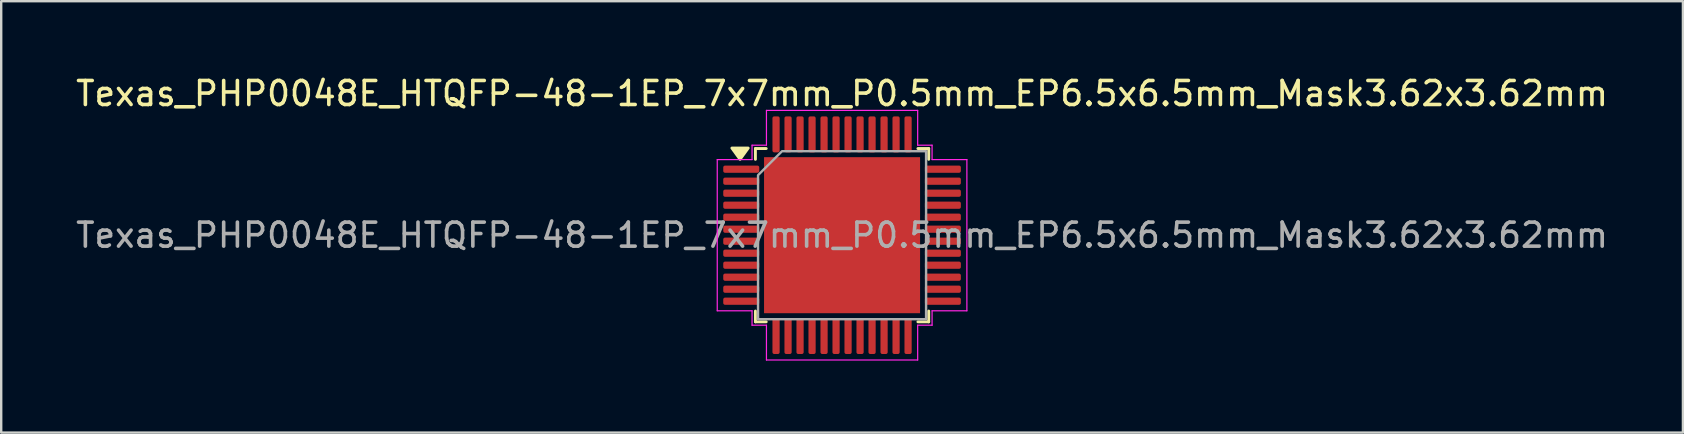
<source format=kicad_pcb>
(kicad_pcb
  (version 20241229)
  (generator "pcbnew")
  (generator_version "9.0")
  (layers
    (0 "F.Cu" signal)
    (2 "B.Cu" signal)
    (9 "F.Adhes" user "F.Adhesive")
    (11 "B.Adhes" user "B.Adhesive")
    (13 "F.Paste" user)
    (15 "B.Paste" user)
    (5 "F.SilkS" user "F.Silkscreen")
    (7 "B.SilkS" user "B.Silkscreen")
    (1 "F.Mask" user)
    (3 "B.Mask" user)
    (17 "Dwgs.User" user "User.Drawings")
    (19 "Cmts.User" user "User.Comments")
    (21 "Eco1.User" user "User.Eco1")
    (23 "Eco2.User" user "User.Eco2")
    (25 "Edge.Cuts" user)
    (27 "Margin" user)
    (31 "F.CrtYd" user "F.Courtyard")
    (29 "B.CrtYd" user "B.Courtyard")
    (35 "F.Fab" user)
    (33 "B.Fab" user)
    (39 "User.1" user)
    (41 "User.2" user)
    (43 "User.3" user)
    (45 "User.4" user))
  (footprint "Texas_PHP0048E_HTQFP-48-1EP_7x7mm_P0.5mm_EP6.5x6.5mm_Mask3.62x3.62mm"
    (layer "F.Cu")
    (at 32.03 6.748)
    (property "Reference" "Texas_PHP0048E_HTQFP-48-1EP_7x7mm_P0.5mm_EP6.5x6.5mm_Mask3.62x3.62mm" (at 0 -5.9 0) (layer "F.SilkS") (effects (font (size 1 1) (thickness 0.15))))
    (attr smd)
    (fp_line (start -3.61 -3.61) (end -3.16 -3.61) (stroke (width 0.12) (type solid)) (layer "F.SilkS"))
    (fp_line (start -3.61 -3.16) (end -3.61 -3.61) (stroke (width 0.12) (type solid)) (layer "F.SilkS"))
    (fp_line (start -3.61 3.61) (end -3.61 3.16) (stroke (width 0.12) (type solid)) (layer "F.SilkS"))
    (fp_line (start -3.16 3.61) (end -3.61 3.61) (stroke (width 0.12) (type solid)) (layer "F.SilkS"))
    (fp_line (start 3.16 -3.61) (end 3.61 -3.61) (stroke (width 0.12) (type solid)) (layer "F.SilkS"))
    (fp_line (start 3.61 -3.61) (end 3.61 -3.16) (stroke (width 0.12) (type solid)) (layer "F.SilkS"))
    (fp_line (start 3.61 3.16) (end 3.61 3.61) (stroke (width 0.12) (type solid)) (layer "F.SilkS"))
    (fp_line (start 3.61 3.61) (end 3.16 3.61) (stroke (width 0.12) (type solid)) (layer "F.SilkS"))
    (fp_poly (pts (xy -4.25 -3.16) (xy -4.59 -3.63) (xy -3.91 -3.63)) (stroke (width 0.12) (type solid)) (fill yes) (layer "F.SilkS"))
    (fp_line (start -5.2 -3.15) (end -3.75 -3.15) (stroke (width 0.05) (type solid)) (layer "F.CrtYd"))
    (fp_line (start -5.2 3.15) (end -5.2 -3.15) (stroke (width 0.05) (type solid)) (layer "F.CrtYd"))
    (fp_line (start -3.75 -3.75) (end -3.15 -3.75) (stroke (width 0.05) (type solid)) (layer "F.CrtYd"))
    (fp_line (start -3.75 -3.15) (end -3.75 -3.75) (stroke (width 0.05) (type solid)) (layer "F.CrtYd"))
    (fp_line (start -3.75 3.15) (end -5.2 3.15) (stroke (width 0.05) (type solid)) (layer "F.CrtYd"))
    (fp_line (start -3.75 3.75) (end -3.75 3.15) (stroke (width 0.05) (type solid)) (layer "F.CrtYd"))
    (fp_line (start -3.15 -5.2) (end 3.15 -5.2) (stroke (width 0.05) (type solid)) (layer "F.CrtYd"))
    (fp_line (start -3.15 -3.75) (end -3.15 -5.2) (stroke (width 0.05) (type solid)) (layer "F.CrtYd"))
    (fp_line (start -3.15 3.75) (end -3.75 3.75) (stroke (width 0.05) (type solid)) (layer "F.CrtYd"))
    (fp_line (start -3.15 5.2) (end -3.15 3.75) (stroke (width 0.05) (type solid)) (layer "F.CrtYd"))
    (fp_line (start 3.15 -5.2) (end 3.15 -3.75) (stroke (width 0.05) (type solid)) (layer "F.CrtYd"))
    (fp_line (start 3.15 -3.75) (end 3.75 -3.75) (stroke (width 0.05) (type solid)) (layer "F.CrtYd"))
    (fp_line (start 3.15 3.75) (end 3.15 5.2) (stroke (width 0.05) (type solid)) (layer "F.CrtYd"))
    (fp_line (start 3.15 5.2) (end -3.15 5.2) (stroke (width 0.05) (type solid)) (layer "F.CrtYd"))
    (fp_line (start 3.75 -3.75) (end 3.75 -3.15) (stroke (width 0.05) (type solid)) (layer "F.CrtYd"))
    (fp_line (start 3.75 -3.15) (end 5.2 -3.15) (stroke (width 0.05) (type solid)) (layer "F.CrtYd"))
    (fp_line (start 3.75 3.15) (end 3.75 3.75) (stroke (width 0.05) (type solid)) (layer "F.CrtYd"))
    (fp_line (start 3.75 3.75) (end 3.15 3.75) (stroke (width 0.05) (type solid)) (layer "F.CrtYd"))
    (fp_line (start 5.2 -3.15) (end 5.2 3.15) (stroke (width 0.05) (type solid)) (layer "F.CrtYd"))
    (fp_line (start 5.2 3.15) (end 3.75 3.15) (stroke (width 0.05) (type solid)) (layer "F.CrtYd"))
    (fp_poly (pts (xy -3.5 -2.5) (xy -3.5 3.5) (xy 3.5 3.5) (xy 3.5 -3.5) (xy -2.5 -3.5)) (stroke (width 0.1) (type solid)) (fill no) (layer "F.Fab"))
    (fp_text user "${REFERENCE}" (at 0 0 0) (layer "F.Fab") (effects (font (size 1 1) (thickness 0.15))))
    (pad "" smd rect (at 0 0) (size 3.62 3.62) (layers "F.Mask"))
    (pad "" smd roundrect (at 0 0) (size 3.62 3.62) (layers "F.Paste") (roundrect_rratio 0.069))
    (pad "1" smd roundrect (at -4.2 -2.75) (size 1.5 0.3) (layers "F.Cu" "F.Mask" "F.Paste") (roundrect_rratio 0.25))
    (pad "2" smd roundrect (at -4.2 -2.25) (size 1.5 0.3) (layers "F.Cu" "F.Mask" "F.Paste") (roundrect_rratio 0.25))
    (pad "3" smd roundrect (at -4.2 -1.75) (size 1.5 0.3) (layers "F.Cu" "F.Mask" "F.Paste") (roundrect_rratio 0.25))
    (pad "4" smd roundrect (at -4.2 -1.25) (size 1.5 0.3) (layers "F.Cu" "F.Mask" "F.Paste") (roundrect_rratio 0.25))
    (pad "5" smd roundrect (at -4.2 -0.75) (size 1.5 0.3) (layers "F.Cu" "F.Mask" "F.Paste") (roundrect_rratio 0.25))
    (pad "6" smd roundrect (at -4.2 -0.25) (size 1.5 0.3) (layers "F.Cu" "F.Mask" "F.Paste") (roundrect_rratio 0.25))
    (pad "7" smd roundrect (at -4.2 0.25) (size 1.5 0.3) (layers "F.Cu" "F.Mask" "F.Paste") (roundrect_rratio 0.25))
    (pad "8" smd roundrect (at -4.2 0.75) (size 1.5 0.3) (layers "F.Cu" "F.Mask" "F.Paste") (roundrect_rratio 0.25))
    (pad "9" smd roundrect (at -4.2 1.25) (size 1.5 0.3) (layers "F.Cu" "F.Mask" "F.Paste") (roundrect_rratio 0.25))
    (pad "10" smd roundrect (at -4.2 1.75) (size 1.5 0.3) (layers "F.Cu" "F.Mask" "F.Paste") (roundrect_rratio 0.25))
    (pad "11" smd roundrect (at -4.2 2.25) (size 1.5 0.3) (layers "F.Cu" "F.Mask" "F.Paste") (roundrect_rratio 0.25))
    (pad "12" smd roundrect (at -4.2 2.75) (size 1.5 0.3) (layers "F.Cu" "F.Mask" "F.Paste") (roundrect_rratio 0.25))
    (pad "13" smd roundrect (at -2.75 4.2) (size 0.3 1.5) (layers "F.Cu" "F.Mask" "F.Paste") (roundrect_rratio 0.25))
    (pad "14" smd roundrect (at -2.25 4.2) (size 0.3 1.5) (layers "F.Cu" "F.Mask" "F.Paste") (roundrect_rratio 0.25))
    (pad "15" smd roundrect (at -1.75 4.2) (size 0.3 1.5) (layers "F.Cu" "F.Mask" "F.Paste") (roundrect_rratio 0.25))
    (pad "16" smd roundrect (at -1.25 4.2) (size 0.3 1.5) (layers "F.Cu" "F.Mask" "F.Paste") (roundrect_rratio 0.25))
    (pad "17" smd roundrect (at -0.75 4.2) (size 0.3 1.5) (layers "F.Cu" "F.Mask" "F.Paste") (roundrect_rratio 0.25))
    (pad "18" smd roundrect (at -0.25 4.2) (size 0.3 1.5) (layers "F.Cu" "F.Mask" "F.Paste") (roundrect_rratio 0.25))
    (pad "19" smd roundrect (at 0.25 4.2) (size 0.3 1.5) (layers "F.Cu" "F.Mask" "F.Paste") (roundrect_rratio 0.25))
    (pad "20" smd roundrect (at 0.75 4.2) (size 0.3 1.5) (layers "F.Cu" "F.Mask" "F.Paste") (roundrect_rratio 0.25))
    (pad "21" smd roundrect (at 1.25 4.2) (size 0.3 1.5) (layers "F.Cu" "F.Mask" "F.Paste") (roundrect_rratio 0.25))
    (pad "22" smd roundrect (at 1.75 4.2) (size 0.3 1.5) (layers "F.Cu" "F.Mask" "F.Paste") (roundrect_rratio 0.25))
    (pad "23" smd roundrect (at 2.25 4.2) (size 0.3 1.5) (layers "F.Cu" "F.Mask" "F.Paste") (roundrect_rratio 0.25))
    (pad "24" smd roundrect (at 2.75 4.2) (size 0.3 1.5) (layers "F.Cu" "F.Mask" "F.Paste") (roundrect_rratio 0.25))
    (pad "25" smd roundrect (at 4.2 2.75) (size 1.5 0.3) (layers "F.Cu" "F.Mask" "F.Paste") (roundrect_rratio 0.25))
    (pad "26" smd roundrect (at 4.2 2.25) (size 1.5 0.3) (layers "F.Cu" "F.Mask" "F.Paste") (roundrect_rratio 0.25))
    (pad "27" smd roundrect (at 4.2 1.75) (size 1.5 0.3) (layers "F.Cu" "F.Mask" "F.Paste") (roundrect_rratio 0.25))
    (pad "28" smd roundrect (at 4.2 1.25) (size 1.5 0.3) (layers "F.Cu" "F.Mask" "F.Paste") (roundrect_rratio 0.25))
    (pad "29" smd roundrect (at 4.2 0.75) (size 1.5 0.3) (layers "F.Cu" "F.Mask" "F.Paste") (roundrect_rratio 0.25))
    (pad "30" smd roundrect (at 4.2 0.25) (size 1.5 0.3) (layers "F.Cu" "F.Mask" "F.Paste") (roundrect_rratio 0.25))
    (pad "31" smd roundrect (at 4.2 -0.25) (size 1.5 0.3) (layers "F.Cu" "F.Mask" "F.Paste") (roundrect_rratio 0.25))
    (pad "32" smd roundrect (at 4.2 -0.75) (size 1.5 0.3) (layers "F.Cu" "F.Mask" "F.Paste") (roundrect_rratio 0.25))
    (pad "33" smd roundrect (at 4.2 -1.25) (size 1.5 0.3) (layers "F.Cu" "F.Mask" "F.Paste") (roundrect_rratio 0.25))
    (pad "34" smd roundrect (at 4.2 -1.75) (size 1.5 0.3) (layers "F.Cu" "F.Mask" "F.Paste") (roundrect_rratio 0.25))
    (pad "35" smd roundrect (at 4.2 -2.25) (size 1.5 0.3) (layers "F.Cu" "F.Mask" "F.Paste") (roundrect_rratio 0.25))
    (pad "36" smd roundrect (at 4.2 -2.75) (size 1.5 0.3) (layers "F.Cu" "F.Mask" "F.Paste") (roundrect_rratio 0.25))
    (pad "37" smd roundrect (at 2.75 -4.2) (size 0.3 1.5) (layers "F.Cu" "F.Mask" "F.Paste") (roundrect_rratio 0.25))
    (pad "38" smd roundrect (at 2.25 -4.2) (size 0.3 1.5) (layers "F.Cu" "F.Mask" "F.Paste") (roundrect_rratio 0.25))
    (pad "39" smd roundrect (at 1.75 -4.2) (size 0.3 1.5) (layers "F.Cu" "F.Mask" "F.Paste") (roundrect_rratio 0.25))
    (pad "40" smd roundrect (at 1.25 -4.2) (size 0.3 1.5) (layers "F.Cu" "F.Mask" "F.Paste") (roundrect_rratio 0.25))
    (pad "41" smd roundrect (at 0.75 -4.2) (size 0.3 1.5) (layers "F.Cu" "F.Mask" "F.Paste") (roundrect_rratio 0.25))
    (pad "42" smd roundrect (at 0.25 -4.2) (size 0.3 1.5) (layers "F.Cu" "F.Mask" "F.Paste") (roundrect_rratio 0.25))
    (pad "43" smd roundrect (at -0.25 -4.2) (size 0.3 1.5) (layers "F.Cu" "F.Mask" "F.Paste") (roundrect_rratio 0.25))
    (pad "44" smd roundrect (at -0.75 -4.2) (size 0.3 1.5) (layers "F.Cu" "F.Mask" "F.Paste") (roundrect_rratio 0.25))
    (pad "45" smd roundrect (at -1.25 -4.2) (size 0.3 1.5) (layers "F.Cu" "F.Mask" "F.Paste") (roundrect_rratio 0.25))
    (pad "46" smd roundrect (at -1.75 -4.2) (size 0.3 1.5) (layers "F.Cu" "F.Mask" "F.Paste") (roundrect_rratio 0.25))
    (pad "47" smd roundrect (at -2.25 -4.2) (size 0.3 1.5) (layers "F.Cu" "F.Mask" "F.Paste") (roundrect_rratio 0.25))
    (pad "48" smd roundrect (at -2.75 -4.2) (size 0.3 1.5) (layers "F.Cu" "F.Mask" "F.Paste") (roundrect_rratio 0.25))
    (pad "49" smd rect (at 0 0) (size 6.5 6.5) (property pad_prop_heatsink) (layers "F.Cu")))
  (gr_rect
    (start -3 -3)
    (end 67.06 14.973)
    (stroke (width 0.1) (type default))
    (fill no)
    (layer "Edge.Cuts")))
</source>
